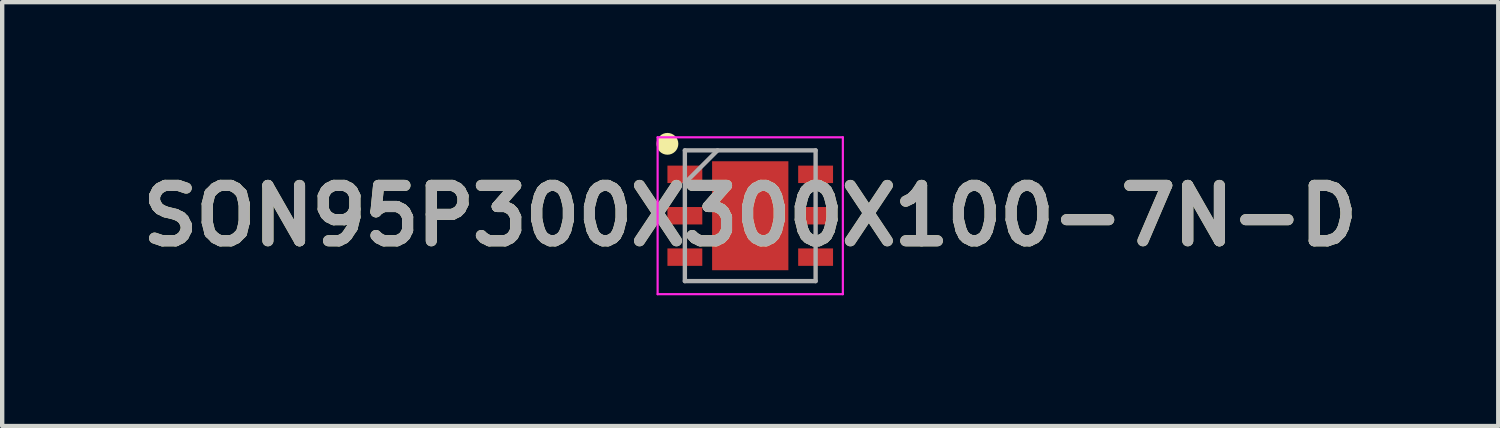
<source format=kicad_pcb>
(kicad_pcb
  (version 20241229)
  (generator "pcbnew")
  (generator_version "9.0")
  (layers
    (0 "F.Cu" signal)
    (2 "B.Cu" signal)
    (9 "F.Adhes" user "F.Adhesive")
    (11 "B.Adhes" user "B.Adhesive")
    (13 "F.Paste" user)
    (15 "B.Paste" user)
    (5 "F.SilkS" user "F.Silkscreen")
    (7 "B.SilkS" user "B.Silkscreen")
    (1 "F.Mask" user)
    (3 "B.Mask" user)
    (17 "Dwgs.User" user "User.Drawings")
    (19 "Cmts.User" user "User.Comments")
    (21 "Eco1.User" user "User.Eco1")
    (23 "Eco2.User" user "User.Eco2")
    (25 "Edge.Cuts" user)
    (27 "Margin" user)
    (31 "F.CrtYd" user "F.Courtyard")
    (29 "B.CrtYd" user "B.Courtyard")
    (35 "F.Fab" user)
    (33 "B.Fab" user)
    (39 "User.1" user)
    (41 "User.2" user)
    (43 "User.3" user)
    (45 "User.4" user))
  (footprint "SON95P300X300X100-7N-D"
    (layer "F.Cu")
    (at 14.164 1.9)
    (property "Reference" "SON95P300X300X100-7N-D" (at 0 0 0) (layer "F.SilkS") (effects (font (size 1.27 1.27) (thickness 0.254))))
    (attr smd)
    (fp_circle (center -1.9 -1.65) (end -1.9 -1.525) (stroke (width 0.25) (type solid)) (fill no) (layer "F.SilkS"))
    (fp_line (start -2.125 -1.8) (end 2.125 -1.8) (stroke (width 0.05) (type solid)) (layer "F.CrtYd"))
    (fp_line (start -2.125 1.8) (end -2.125 -1.8) (stroke (width 0.05) (type solid)) (layer "F.CrtYd"))
    (fp_line (start 2.125 -1.8) (end 2.125 1.8) (stroke (width 0.05) (type solid)) (layer "F.CrtYd"))
    (fp_line (start 2.125 1.8) (end -2.125 1.8) (stroke (width 0.05) (type solid)) (layer "F.CrtYd"))
    (fp_line (start -1.5 -1.5) (end 1.5 -1.5) (stroke (width 0.1) (type solid)) (layer "F.Fab"))
    (fp_line (start -1.5 -0.75) (end -0.75 -1.5) (stroke (width 0.1) (type solid)) (layer "F.Fab"))
    (fp_line (start -1.5 1.5) (end -1.5 -1.5) (stroke (width 0.1) (type solid)) (layer "F.Fab"))
    (fp_line (start 1.5 -1.5) (end 1.5 1.5) (stroke (width 0.1) (type solid)) (layer "F.Fab"))
    (fp_line (start 1.5 1.5) (end -1.5 1.5) (stroke (width 0.1) (type solid)) (layer "F.Fab"))
    (fp_text user "${REFERENCE}" (at 0 0 0) (layer "F.Fab") (effects (font (size 1.27 1.27) (thickness 0.254))))
    (pad "1" smd rect (at -1.5 -0.95 90) (size 0.4 0.8) (layers "F.Cu" "F.Mask" "F.Paste"))
    (pad "2" smd rect (at -1.5 0 90) (size 0.4 0.8) (layers "F.Cu" "F.Mask" "F.Paste"))
    (pad "3" smd rect (at -1.5 0.95 90) (size 0.4 0.8) (layers "F.Cu" "F.Mask" "F.Paste"))
    (pad "4" smd rect (at 1.5 0.95 90) (size 0.4 0.8) (layers "F.Cu" "F.Mask" "F.Paste"))
    (pad "5" smd rect (at 1.5 0 90) (size 0.4 0.8) (layers "F.Cu" "F.Mask" "F.Paste"))
    (pad "6" smd rect (at 1.5 -0.95 90) (size 0.4 0.8) (layers "F.Cu" "F.Mask" "F.Paste"))
    (pad "7" smd rect (at 0 0) (size 1.75 2.5) (layers "F.Cu" "F.Mask" "F.Paste")))
  (gr_rect
    (start -3 -3)
    (end 31.327 6.725)
    (stroke (width 0.1) (type default))
    (fill no)
    (layer "Edge.Cuts")))
</source>
